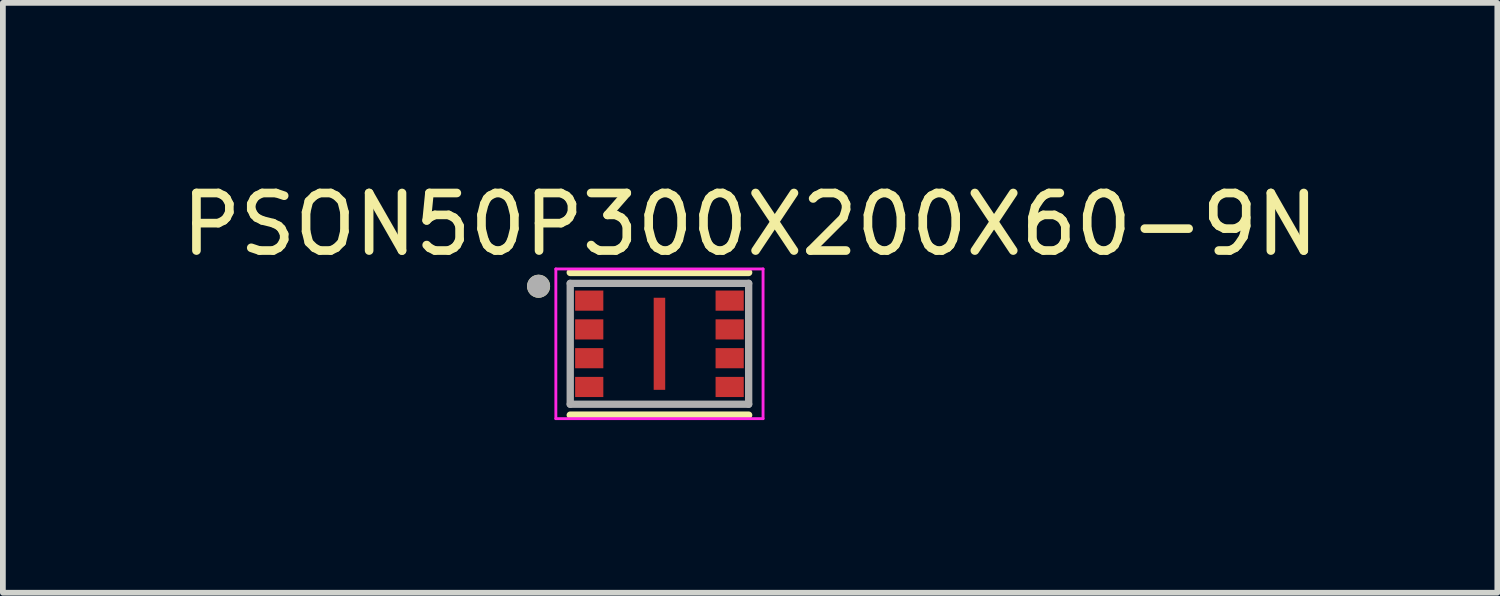
<source format=kicad_pcb>
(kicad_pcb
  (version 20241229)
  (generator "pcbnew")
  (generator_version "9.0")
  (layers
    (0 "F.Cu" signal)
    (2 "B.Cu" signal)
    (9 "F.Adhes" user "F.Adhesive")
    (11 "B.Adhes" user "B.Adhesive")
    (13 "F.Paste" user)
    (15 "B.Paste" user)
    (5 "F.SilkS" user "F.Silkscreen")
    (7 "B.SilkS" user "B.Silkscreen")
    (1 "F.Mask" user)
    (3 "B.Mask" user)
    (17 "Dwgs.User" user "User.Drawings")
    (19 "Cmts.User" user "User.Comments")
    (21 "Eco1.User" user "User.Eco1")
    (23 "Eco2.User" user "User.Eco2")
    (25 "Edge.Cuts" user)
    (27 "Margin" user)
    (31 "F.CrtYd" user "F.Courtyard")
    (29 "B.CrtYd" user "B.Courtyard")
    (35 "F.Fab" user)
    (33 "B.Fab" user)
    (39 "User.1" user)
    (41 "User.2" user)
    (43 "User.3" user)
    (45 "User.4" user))
  (footprint "PSON50P300X200X60-9N"
    (layer "F.Cu")
    (at 8.407 2.923)
    (property "Reference" "PSON50P300X200X60-9N" (at 1.575 -2.075 0) (layer "F.SilkS") (effects (font (size 1 1) (thickness 0.15))))
    (attr smd)
    (fp_line (start -1.55 -1.239) (end 1.55 -1.239) (stroke (width 0.127) (type solid)) (layer "F.SilkS"))
    (fp_line (start -1.55 1.239) (end 1.55 1.239) (stroke (width 0.127) (type solid)) (layer "F.SilkS"))
    (fp_circle (center -2.1 -1) (end -2 -1) (stroke (width 0.2) (type solid)) (fill no) (layer "F.SilkS"))
    (fp_line (start -1.8 -1.3) (end 1.8 -1.3) (stroke (width 0.05) (type solid)) (layer "F.CrtYd"))
    (fp_line (start -1.8 1.3) (end -1.8 -1.3) (stroke (width 0.05) (type solid)) (layer "F.CrtYd"))
    (fp_line (start 1.8 -1.3) (end 1.8 1.3) (stroke (width 0.05) (type solid)) (layer "F.CrtYd"))
    (fp_line (start 1.8 1.3) (end -1.8 1.3) (stroke (width 0.05) (type solid)) (layer "F.CrtYd"))
    (fp_line (start -1.55 -1.05) (end 1.55 -1.05) (stroke (width 0.127) (type solid)) (layer "F.Fab"))
    (fp_line (start -1.55 1.05) (end -1.55 -1.05) (stroke (width 0.127) (type solid)) (layer "F.Fab"))
    (fp_line (start 1.55 -1.05) (end 1.55 1.05) (stroke (width 0.127) (type solid)) (layer "F.Fab"))
    (fp_line (start 1.55 1.05) (end -1.55 1.05) (stroke (width 0.127) (type solid)) (layer "F.Fab"))
    (fp_circle (center -2.1 -1) (end -2 -1) (stroke (width 0.2) (type solid)) (fill no) (layer "F.Fab"))
    (pad "1" smd rect (at -1.22 -0.75) (size 0.49 0.35) (layers "F.Cu" "F.Mask" "F.Paste"))
    (pad "2" smd rect (at -1.22 -0.25) (size 0.49 0.35) (layers "F.Cu" "F.Mask" "F.Paste"))
    (pad "3" smd rect (at -1.22 0.25) (size 0.49 0.35) (layers "F.Cu" "F.Mask" "F.Paste"))
    (pad "4" smd rect (at -1.22 0.75) (size 0.49 0.35) (layers "F.Cu" "F.Mask" "F.Paste"))
    (pad "5" smd rect (at 1.22 0.75) (size 0.49 0.35) (layers "F.Cu" "F.Mask" "F.Paste"))
    (pad "6" smd rect (at 1.22 0.25) (size 0.49 0.35) (layers "F.Cu" "F.Mask" "F.Paste"))
    (pad "7" smd rect (at 1.22 -0.25) (size 0.49 0.35) (layers "F.Cu" "F.Mask" "F.Paste"))
    (pad "8" smd rect (at 1.22 -0.75) (size 0.49 0.35) (layers "F.Cu" "F.Mask" "F.Paste"))
    (pad "9" smd rect (at 0 0) (size 0.2 1.6) (layers "F.Cu" "F.Mask" "F.Paste")))
  (gr_rect
    (start -3 -3)
    (end 22.964 7.248)
    (stroke (width 0.1) (type default))
    (fill no)
    (layer "Edge.Cuts")))
</source>
